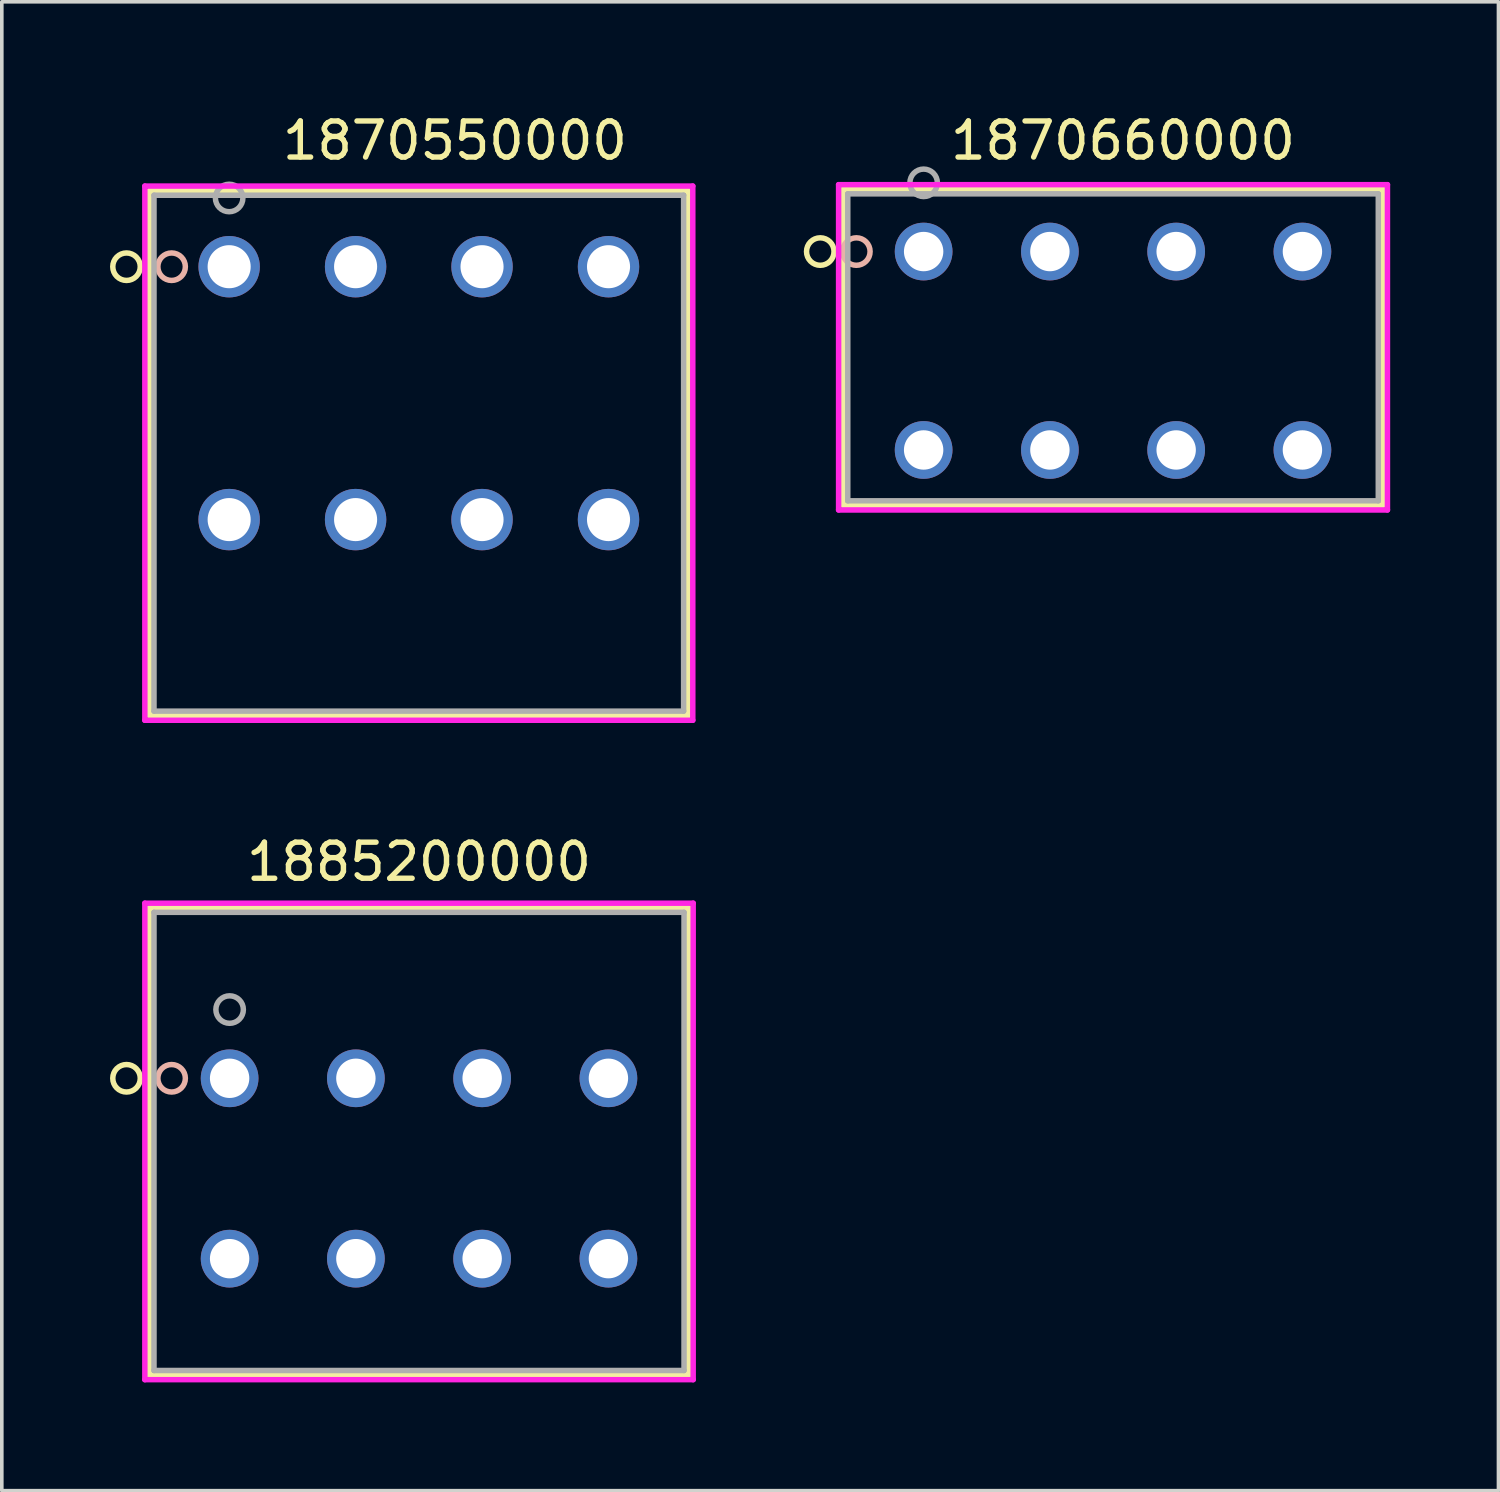
<source format=kicad_pcb>
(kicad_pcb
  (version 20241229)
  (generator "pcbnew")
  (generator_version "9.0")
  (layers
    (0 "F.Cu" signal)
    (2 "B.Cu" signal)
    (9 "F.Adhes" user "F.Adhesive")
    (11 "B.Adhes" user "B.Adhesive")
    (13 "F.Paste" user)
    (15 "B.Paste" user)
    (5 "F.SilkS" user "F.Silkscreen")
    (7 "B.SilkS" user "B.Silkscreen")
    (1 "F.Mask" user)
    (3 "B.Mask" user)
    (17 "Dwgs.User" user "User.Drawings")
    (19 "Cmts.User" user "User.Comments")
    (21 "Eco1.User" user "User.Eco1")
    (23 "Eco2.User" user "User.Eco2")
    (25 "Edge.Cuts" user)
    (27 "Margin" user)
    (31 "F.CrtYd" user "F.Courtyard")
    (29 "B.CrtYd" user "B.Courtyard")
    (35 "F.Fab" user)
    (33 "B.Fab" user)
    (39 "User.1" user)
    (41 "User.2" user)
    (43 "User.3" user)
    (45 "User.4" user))
  (footprint "1885200000"
    (layer "F.Cu")
    (at 8.565 29.34)
    (property "Reference" "1885200000" (at 0 -8.5 0) (layer "F.SilkS") (effects (font (size 1 1) (thickness 0.15))))
    (fp_line (start -7.473 -7.227) (end -7.473 5.727) (stroke (width 0.152) (type solid)) (layer "F.SilkS"))
    (fp_line (start -7.473 5.727) (end 7.473 5.727) (stroke (width 0.152) (type solid)) (layer "F.SilkS"))
    (fp_line (start 7.473 -7.227) (end -7.473 -7.227) (stroke (width 0.152) (type solid)) (layer "F.SilkS"))
    (fp_line (start 7.473 5.727) (end 7.473 -7.227) (stroke (width 0.152) (type solid)) (layer "F.SilkS"))
    (fp_circle (center -8.108 -2.5) (end -7.727 -2.5) (stroke (width 0.152) (type solid)) (fill no) (layer "F.SilkS"))
    (fp_circle (center -6.858 -2.5) (end -6.477 -2.5) (stroke (width 0.152) (type solid)) (fill no) (layer "B.SilkS"))
    (fp_line (start -7.6 -7.354) (end -7.6 5.854) (stroke (width 0.152) (type solid)) (layer "F.CrtYd"))
    (fp_line (start -7.6 5.854) (end 7.6 5.854) (stroke (width 0.152) (type solid)) (layer "F.CrtYd"))
    (fp_line (start 7.6 -7.354) (end -7.6 -7.354) (stroke (width 0.152) (type solid)) (layer "F.CrtYd"))
    (fp_line (start 7.6 5.854) (end 7.6 -7.354) (stroke (width 0.152) (type solid)) (layer "F.CrtYd"))
    (fp_line (start -7.346 -7.1) (end -7.346 5.6) (stroke (width 0.152) (type solid)) (layer "F.Fab"))
    (fp_line (start -7.346 5.6) (end 7.346 5.6) (stroke (width 0.152) (type solid)) (layer "F.Fab"))
    (fp_line (start 7.346 -7.1) (end -7.346 -7.1) (stroke (width 0.152) (type solid)) (layer "F.Fab"))
    (fp_line (start 7.346 5.6) (end 7.346 -7.1) (stroke (width 0.152) (type solid)) (layer "F.Fab"))
    (fp_circle (center -5.25 -4.405) (end -4.869 -4.405) (stroke (width 0.152) (type solid)) (fill no) (layer "F.Fab"))
    (pad "1" thru_hole circle (at -5.25 -2.5) (size 1.6 1.6) (drill 1.092) (layers "*.Cu" "*.Mask"))
    (pad "2" thru_hole circle (at -5.25 2.5) (size 1.6 1.6) (drill 1.092) (layers "*.Cu" "*.Mask"))
    (pad "3" thru_hole circle (at -1.75 -2.5) (size 1.6 1.6) (drill 1.092) (layers "*.Cu" "*.Mask"))
    (pad "4" thru_hole circle (at -1.75 2.5) (size 1.6 1.6) (drill 1.092) (layers "*.Cu" "*.Mask"))
    (pad "5" thru_hole circle (at 1.75 -2.5) (size 1.6 1.6) (drill 1.092) (layers "*.Cu" "*.Mask"))
    (pad "6" thru_hole circle (at 1.75 2.5) (size 1.6 1.6) (drill 1.092) (layers "*.Cu" "*.Mask"))
    (pad "7" thru_hole circle (at 5.25 -2.5) (size 1.6 1.6) (drill 1.092) (layers "*.Cu" "*.Mask"))
    (pad "8" thru_hole circle (at 5.25 2.5) (size 1.6 1.6) (drill 1.092) (layers "*.Cu" "*.Mask")))
  (footprint "1870660000"
    (layer "F.Cu")
    (at 27.553 6.423)
    (property "Reference" "1870660000" (at 0.525 -5.575 0) (layer "F.SilkS") (effects (font (size 1 1) (thickness 0.15))))
    (attr through_hole)
    (fp_line (start -7.23 -4.227) (end -7.23 4.536) (stroke (width 0.152) (type solid)) (layer "F.SilkS"))
    (fp_line (start -7.23 4.536) (end 7.73 4.536) (stroke (width 0.152) (type solid)) (layer "F.SilkS"))
    (fp_line (start 7.73 -4.227) (end -7.23 -4.227) (stroke (width 0.152) (type solid)) (layer "F.SilkS"))
    (fp_line (start 7.73 4.536) (end 7.73 -4.227) (stroke (width 0.152) (type solid)) (layer "F.SilkS"))
    (fp_circle (center -7.865 -2.5) (end -7.484 -2.5) (stroke (width 0.152) (type solid)) (fill no) (layer "F.SilkS"))
    (fp_circle (center -6.865 -2.5) (end -6.484 -2.5) (stroke (width 0.152) (type solid)) (fill no) (layer "B.SilkS"))
    (fp_line (start -7.357 -4.354) (end -7.357 4.663) (stroke (width 0.152) (type solid)) (layer "F.CrtYd"))
    (fp_line (start -7.357 4.663) (end 7.857 4.663) (stroke (width 0.152) (type solid)) (layer "F.CrtYd"))
    (fp_line (start 7.857 -4.354) (end -7.357 -4.354) (stroke (width 0.152) (type solid)) (layer "F.CrtYd"))
    (fp_line (start 7.857 4.663) (end 7.857 -4.354) (stroke (width 0.152) (type solid)) (layer "F.CrtYd"))
    (fp_line (start -7.103 -4.1) (end -7.103 4.409) (stroke (width 0.152) (type solid)) (layer "F.Fab"))
    (fp_line (start -7.103 4.409) (end 7.603 4.409) (stroke (width 0.152) (type solid)) (layer "F.Fab"))
    (fp_line (start 7.603 -4.1) (end -7.103 -4.1) (stroke (width 0.152) (type solid)) (layer "F.Fab"))
    (fp_line (start 7.603 4.409) (end 7.603 -4.1) (stroke (width 0.152) (type solid)) (layer "F.Fab"))
    (fp_circle (center -5 -4.405) (end -4.619 -4.405) (stroke (width 0.152) (type solid)) (fill no) (layer "F.Fab"))
    (pad "1" thru_hole circle (at -5 -2.5) (size 1.6 1.6) (drill 1.092) (layers "*.Cu" "*.Mask"))
    (pad "2" thru_hole circle (at -5 3) (size 1.6 1.6) (drill 1.092) (layers "*.Cu" "*.Mask"))
    (pad "3" thru_hole circle (at -1.5 -2.5) (size 1.6 1.6) (drill 1.092) (layers "*.Cu" "*.Mask"))
    (pad "4" thru_hole circle (at -1.5 3) (size 1.6 1.6) (drill 1.092) (layers "*.Cu" "*.Mask"))
    (pad "5" thru_hole circle (at 2 -2.5) (size 1.6 1.6) (drill 1.092) (layers "*.Cu" "*.Mask"))
    (pad "6" thru_hole circle (at 2 3) (size 1.6 1.6) (drill 1.092) (layers "*.Cu" "*.Mask"))
    (pad "7" thru_hole circle (at 5.5 -2.5) (size 1.6 1.6) (drill 1.092) (layers "*.Cu" "*.Mask"))
    (pad "8" thru_hole circle (at 5.5 3) (size 1.6 1.6) (drill 1.092) (layers "*.Cu" "*.Mask")))
  (footprint "1870550000"
    (layer "F.Cu")
    (at 8.552 7.843)
    (property "Reference" "1870550000" (at 1.008 -6.995 0) (layer "F.SilkS") (effects (font (size 1 1) (thickness 0.15))))
    (attr through_hole)
    (fp_line (start -7.46 -5.608) (end -7.46 8.946) (stroke (width 0.152) (type solid)) (layer "F.SilkS"))
    (fp_line (start -7.46 8.946) (end 7.475 8.946) (stroke (width 0.152) (type solid)) (layer "F.SilkS"))
    (fp_line (start 7.475 -5.608) (end -7.46 -5.608) (stroke (width 0.152) (type solid)) (layer "F.SilkS"))
    (fp_line (start 7.475 8.946) (end 7.475 -5.608) (stroke (width 0.152) (type solid)) (layer "F.SilkS"))
    (fp_circle (center -8.095 -3.5) (end -7.714 -3.5) (stroke (width 0.152) (type solid)) (fill no) (layer "F.SilkS"))
    (fp_circle (center -6.845 -3.5) (end -6.464 -3.5) (stroke (width 0.152) (type solid)) (fill no) (layer "B.SilkS"))
    (fp_line (start -7.587 -5.735) (end -7.587 9.073) (stroke (width 0.152) (type solid)) (layer "F.CrtYd"))
    (fp_line (start -7.587 9.073) (end 7.602 9.073) (stroke (width 0.152) (type solid)) (layer "F.CrtYd"))
    (fp_line (start 7.602 -5.735) (end -7.587 -5.735) (stroke (width 0.152) (type solid)) (layer "F.CrtYd"))
    (fp_line (start 7.602 9.073) (end 7.602 -5.735) (stroke (width 0.152) (type solid)) (layer "F.CrtYd"))
    (fp_line (start -7.333 -5.481) (end -7.333 8.819) (stroke (width 0.152) (type solid)) (layer "F.Fab"))
    (fp_line (start -7.333 8.819) (end 7.348 8.819) (stroke (width 0.152) (type solid)) (layer "F.Fab"))
    (fp_line (start 7.348 -5.481) (end -7.333 -5.481) (stroke (width 0.152) (type solid)) (layer "F.Fab"))
    (fp_line (start 7.348 8.819) (end 7.348 -5.481) (stroke (width 0.152) (type solid)) (layer "F.Fab"))
    (fp_circle (center -5.25 -5.405) (end -4.869 -5.405) (stroke (width 0.152) (type solid)) (fill no) (layer "F.Fab"))
    (pad "1" thru_hole circle (at -5.25 -3.5) (size 1.702 1.702) (drill 1.194) (layers "*.Cu" "*.Mask"))
    (pad "2" thru_hole circle (at -5.25 3.51) (size 1.702 1.702) (drill 1.194) (layers "*.Cu" "*.Mask"))
    (pad "3" thru_hole circle (at -1.745 -3.5) (size 1.702 1.702) (drill 1.194) (layers "*.Cu" "*.Mask"))
    (pad "4" thru_hole circle (at -1.745 3.51) (size 1.702 1.702) (drill 1.194) (layers "*.Cu" "*.Mask"))
    (pad "5" thru_hole circle (at 1.76 -3.5) (size 1.702 1.702) (drill 1.194) (layers "*.Cu" "*.Mask"))
    (pad "6" thru_hole circle (at 1.76 3.51) (size 1.702 1.702) (drill 1.194) (layers "*.Cu" "*.Mask"))
    (pad "7" thru_hole circle (at 5.266 -3.5) (size 1.702 1.702) (drill 1.194) (layers "*.Cu" "*.Mask"))
    (pad "8" thru_hole circle (at 5.266 3.51) (size 1.702 1.702) (drill 1.194) (layers "*.Cu" "*.Mask")))
  (gr_rect
    (start -3 -3)
    (end 38.487 38.271)
    (stroke (width 0.1) (type default))
    (fill no)
    (layer "Edge.Cuts")))
</source>
